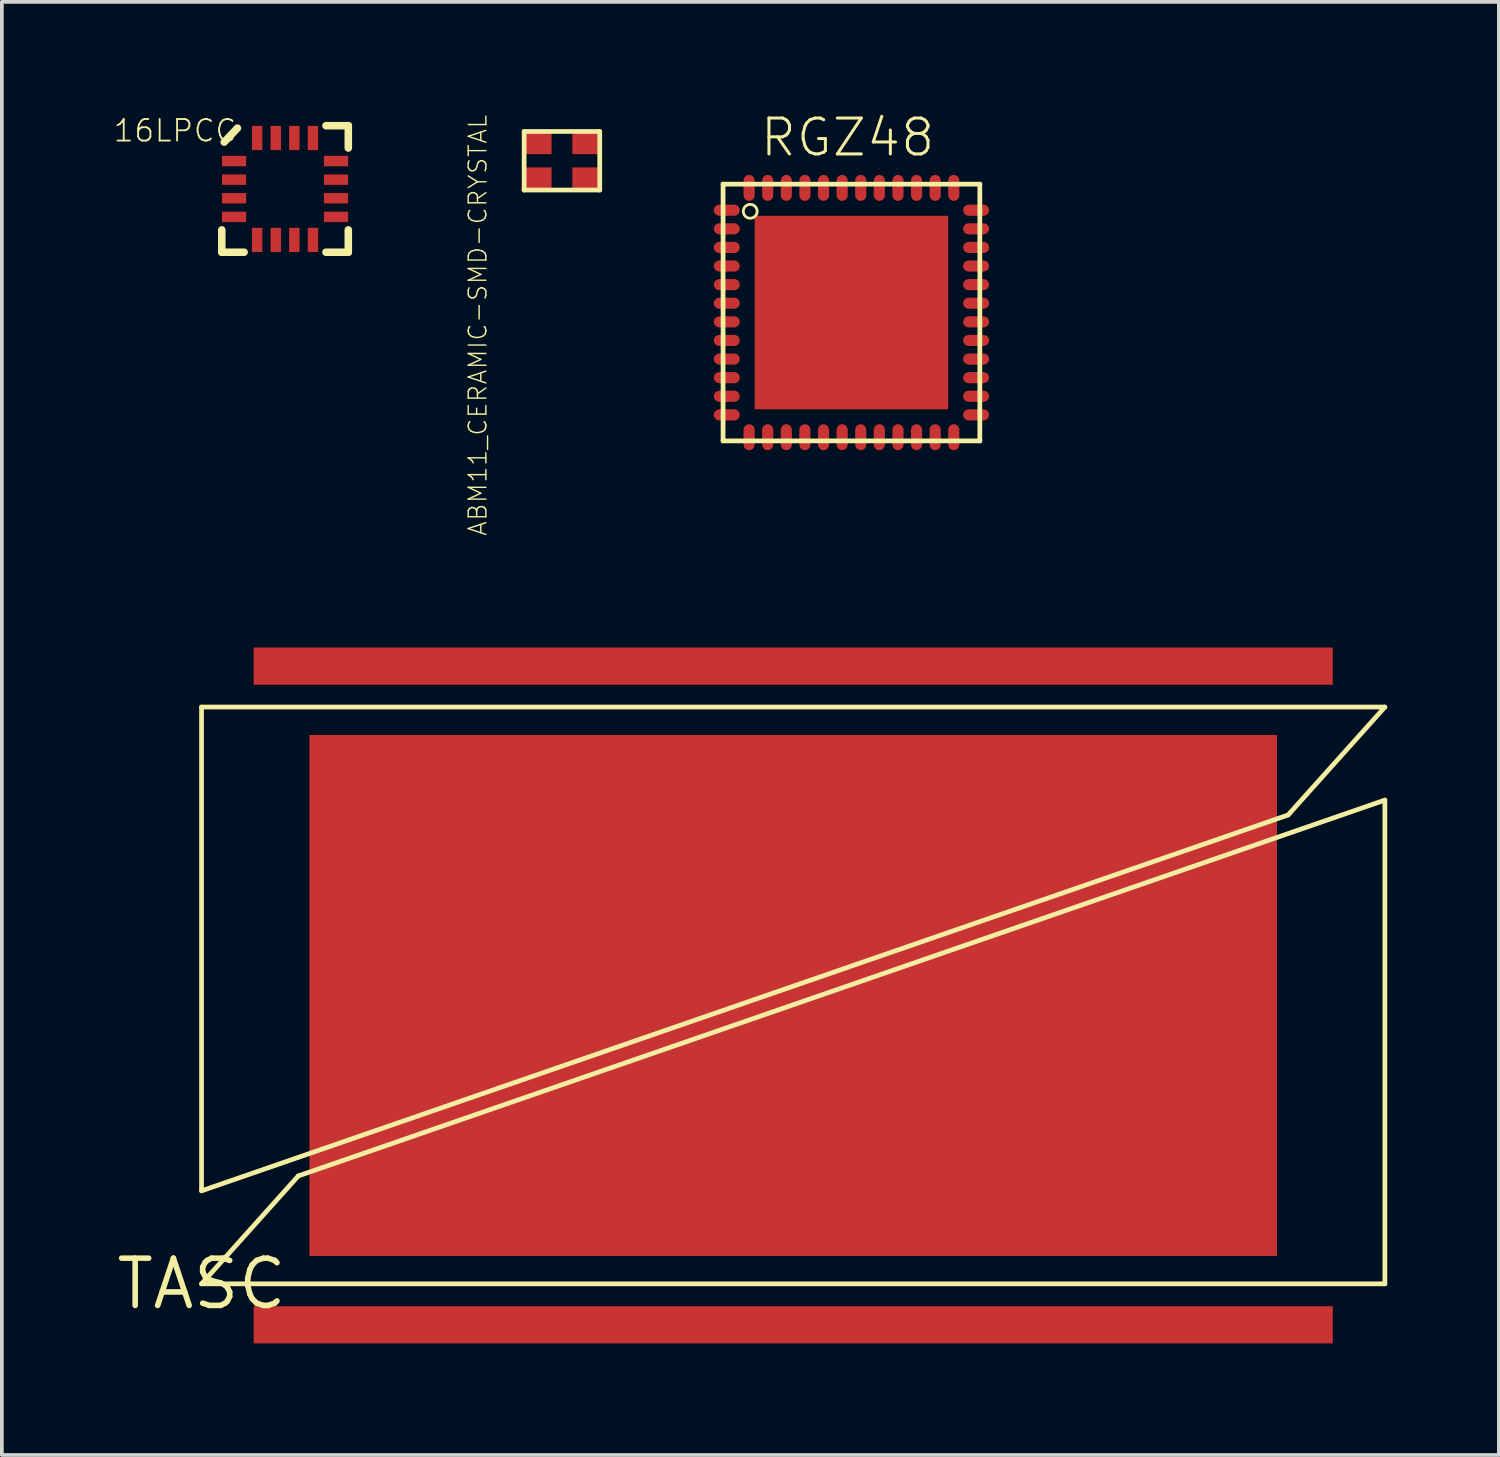
<source format=kicad_pcb>
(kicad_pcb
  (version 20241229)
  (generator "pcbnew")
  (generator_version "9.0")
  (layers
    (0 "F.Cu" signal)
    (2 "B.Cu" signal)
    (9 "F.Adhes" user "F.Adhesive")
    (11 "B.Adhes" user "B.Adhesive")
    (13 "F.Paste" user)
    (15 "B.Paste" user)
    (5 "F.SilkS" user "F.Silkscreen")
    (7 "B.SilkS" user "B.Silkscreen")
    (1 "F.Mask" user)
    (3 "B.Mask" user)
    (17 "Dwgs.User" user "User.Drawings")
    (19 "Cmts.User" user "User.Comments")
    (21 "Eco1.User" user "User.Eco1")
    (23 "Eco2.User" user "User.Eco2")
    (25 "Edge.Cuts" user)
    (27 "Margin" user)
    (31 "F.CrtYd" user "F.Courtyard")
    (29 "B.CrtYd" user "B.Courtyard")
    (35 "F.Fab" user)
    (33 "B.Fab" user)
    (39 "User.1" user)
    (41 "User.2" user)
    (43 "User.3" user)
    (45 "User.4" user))
  (footprint "RGZ48"
    (layer "F.Cu")
    (at 19.831 5.349)
    (property "Reference" "RGZ48" (at -2.5 -4.14 0) (layer "F.SilkS") (effects (font (size 0.965 0.965) (thickness 0.081)) (justify left bottom)))
    (attr through_hole)
    (fp_line (start -3.45 -3.45) (end -3.45 3.45) (stroke (width 0.127) (type solid)) (layer "F.SilkS"))
    (fp_line (start -3.45 -3.45) (end 3.45 -3.45) (stroke (width 0.127) (type solid)) (layer "F.SilkS"))
    (fp_line (start -3.45 3.45) (end 3.45 3.45) (stroke (width 0.127) (type solid)) (layer "F.SilkS"))
    (fp_line (start 3.45 3.45) (end 3.45 -3.45) (stroke (width 0.127) (type solid)) (layer "F.SilkS"))
    (fp_circle (center -2.72 -2.72) (end -2.534 -2.72) (stroke (width 0.075) (type solid)) (fill no) (layer "F.SilkS"))
    (pad "1" smd roundrect (at -3.35 -2.75 90) (size 0.3 0.7) (layers "F.Cu" "F.Mask" "F.Paste") (roundrect_rratio 0.5))
    (pad "2" smd roundrect (at -3.35 -2.25 90) (size 0.3 0.7) (layers "F.Cu" "F.Mask" "F.Paste") (roundrect_rratio 0.5))
    (pad "3" smd roundrect (at -3.35 -1.75 90) (size 0.3 0.7) (layers "F.Cu" "F.Mask" "F.Paste") (roundrect_rratio 0.5))
    (pad "4" smd roundrect (at -3.35 -1.25 90) (size 0.3 0.7) (layers "F.Cu" "F.Mask" "F.Paste") (roundrect_rratio 0.5))
    (pad "5" smd roundrect (at -3.35 -0.75 90) (size 0.3 0.7) (layers "F.Cu" "F.Mask" "F.Paste") (roundrect_rratio 0.5))
    (pad "6" smd roundrect (at -3.35 -0.25 90) (size 0.3 0.7) (layers "F.Cu" "F.Mask" "F.Paste") (roundrect_rratio 0.5))
    (pad "7" smd roundrect (at -3.35 0.25 90) (size 0.3 0.7) (layers "F.Cu" "F.Mask" "F.Paste") (roundrect_rratio 0.5))
    (pad "8" smd roundrect (at -3.35 0.75 90) (size 0.3 0.7) (layers "F.Cu" "F.Mask" "F.Paste") (roundrect_rratio 0.5))
    (pad "9" smd roundrect (at -3.35 1.25 90) (size 0.3 0.7) (layers "F.Cu" "F.Mask" "F.Paste") (roundrect_rratio 0.5))
    (pad "10" smd roundrect (at -3.35 1.75 90) (size 0.3 0.7) (layers "F.Cu" "F.Mask" "F.Paste") (roundrect_rratio 0.5))
    (pad "11" smd roundrect (at -3.35 2.25 90) (size 0.3 0.7) (layers "F.Cu" "F.Mask" "F.Paste") (roundrect_rratio 0.5))
    (pad "12" smd roundrect (at -3.35 2.75 90) (size 0.3 0.7) (layers "F.Cu" "F.Mask" "F.Paste") (roundrect_rratio 0.5))
    (pad "13" smd roundrect (at -2.75 3.35 180) (size 0.3 0.7) (layers "F.Cu" "F.Mask" "F.Paste") (roundrect_rratio 0.5))
    (pad "14" smd roundrect (at -2.25 3.35 180) (size 0.3 0.7) (layers "F.Cu" "F.Mask" "F.Paste") (roundrect_rratio 0.5))
    (pad "15" smd roundrect (at -1.75 3.35 180) (size 0.3 0.7) (layers "F.Cu" "F.Mask" "F.Paste") (roundrect_rratio 0.5))
    (pad "16" smd roundrect (at -1.25 3.35 180) (size 0.3 0.7) (layers "F.Cu" "F.Mask" "F.Paste") (roundrect_rratio 0.5))
    (pad "17" smd roundrect (at -0.75 3.35 180) (size 0.3 0.7) (layers "F.Cu" "F.Mask" "F.Paste") (roundrect_rratio 0.5))
    (pad "18" smd roundrect (at -0.25 3.35 180) (size 0.3 0.7) (layers "F.Cu" "F.Mask" "F.Paste") (roundrect_rratio 0.5))
    (pad "19" smd roundrect (at 0.25 3.35 180) (size 0.3 0.7) (layers "F.Cu" "F.Mask" "F.Paste") (roundrect_rratio 0.5))
    (pad "20" smd roundrect (at 0.75 3.35 180) (size 0.3 0.7) (layers "F.Cu" "F.Mask" "F.Paste") (roundrect_rratio 0.5))
    (pad "21" smd roundrect (at 1.25 3.35 180) (size 0.3 0.7) (layers "F.Cu" "F.Mask" "F.Paste") (roundrect_rratio 0.5))
    (pad "22" smd roundrect (at 1.75 3.35 180) (size 0.3 0.7) (layers "F.Cu" "F.Mask" "F.Paste") (roundrect_rratio 0.5))
    (pad "23" smd roundrect (at 2.25 3.35 180) (size 0.3 0.7) (layers "F.Cu" "F.Mask" "F.Paste") (roundrect_rratio 0.5))
    (pad "24" smd roundrect (at 2.75 3.35 180) (size 0.3 0.7) (layers "F.Cu" "F.Mask" "F.Paste") (roundrect_rratio 0.5))
    (pad "25" smd roundrect (at 3.35 2.75 270) (size 0.3 0.7) (layers "F.Cu" "F.Mask" "F.Paste") (roundrect_rratio 0.5))
    (pad "26" smd roundrect (at 3.35 2.25 270) (size 0.3 0.7) (layers "F.Cu" "F.Mask" "F.Paste") (roundrect_rratio 0.5))
    (pad "27" smd roundrect (at 3.35 1.75 270) (size 0.3 0.7) (layers "F.Cu" "F.Mask" "F.Paste") (roundrect_rratio 0.5))
    (pad "28" smd roundrect (at 3.35 1.25 270) (size 0.3 0.7) (layers "F.Cu" "F.Mask" "F.Paste") (roundrect_rratio 0.5))
    (pad "29" smd roundrect (at 3.35 0.75 270) (size 0.3 0.7) (layers "F.Cu" "F.Mask" "F.Paste") (roundrect_rratio 0.5))
    (pad "30" smd roundrect (at 3.35 0.25 270) (size 0.3 0.7) (layers "F.Cu" "F.Mask" "F.Paste") (roundrect_rratio 0.5))
    (pad "31" smd roundrect (at 3.35 -0.25 270) (size 0.3 0.7) (layers "F.Cu" "F.Mask" "F.Paste") (roundrect_rratio 0.5))
    (pad "32" smd roundrect (at 3.35 -0.75 270) (size 0.3 0.7) (layers "F.Cu" "F.Mask" "F.Paste") (roundrect_rratio 0.5))
    (pad "33" smd roundrect (at 3.35 -1.25 270) (size 0.3 0.7) (layers "F.Cu" "F.Mask" "F.Paste") (roundrect_rratio 0.5))
    (pad "34" smd roundrect (at 3.35 -1.75 270) (size 0.3 0.7) (layers "F.Cu" "F.Mask" "F.Paste") (roundrect_rratio 0.5))
    (pad "35" smd roundrect (at 3.35 -2.25 270) (size 0.3 0.7) (layers "F.Cu" "F.Mask" "F.Paste") (roundrect_rratio 0.5))
    (pad "36" smd roundrect (at 3.35 -2.75 270) (size 0.3 0.7) (layers "F.Cu" "F.Mask" "F.Paste") (roundrect_rratio 0.5))
    (pad "37" smd roundrect (at 2.75 -3.35) (size 0.3 0.7) (layers "F.Cu" "F.Mask" "F.Paste") (roundrect_rratio 0.5))
    (pad "38" smd roundrect (at 2.25 -3.35) (size 0.3 0.7) (layers "F.Cu" "F.Mask" "F.Paste") (roundrect_rratio 0.5))
    (pad "39" smd roundrect (at 1.75 -3.35) (size 0.3 0.7) (layers "F.Cu" "F.Mask" "F.Paste") (roundrect_rratio 0.5))
    (pad "40" smd roundrect (at 1.25 -3.35) (size 0.3 0.7) (layers "F.Cu" "F.Mask" "F.Paste") (roundrect_rratio 0.5))
    (pad "41" smd roundrect (at 0.75 -3.35 180) (size 0.3 0.7) (layers "F.Cu" "F.Mask" "F.Paste") (roundrect_rratio 0.5))
    (pad "42" smd roundrect (at 0.25 -3.35 180) (size 0.3 0.7) (layers "F.Cu" "F.Mask" "F.Paste") (roundrect_rratio 0.5))
    (pad "43" smd roundrect (at -0.25 -3.35 180) (size 0.3 0.7) (layers "F.Cu" "F.Mask" "F.Paste") (roundrect_rratio 0.5))
    (pad "44" smd roundrect (at -0.75 -3.35 180) (size 0.3 0.7) (layers "F.Cu" "F.Mask" "F.Paste") (roundrect_rratio 0.5))
    (pad "45" smd roundrect (at -1.25 -3.35) (size 0.3 0.7) (layers "F.Cu" "F.Mask" "F.Paste") (roundrect_rratio 0.5))
    (pad "46" smd roundrect (at -1.75 -3.35) (size 0.3 0.7) (layers "F.Cu" "F.Mask" "F.Paste") (roundrect_rratio 0.5))
    (pad "47" smd roundrect (at -2.25 -3.35) (size 0.3 0.7) (layers "F.Cu" "F.Mask" "F.Paste") (roundrect_rratio 0.5))
    (pad "48" smd roundrect (at -2.75 -3.35) (size 0.3 0.7) (layers "F.Cu" "F.Mask" "F.Paste") (roundrect_rratio 0.5))
    (pad "TP" smd rect (at 0 0) (size 5.2 5.2) (layers "F.Cu" "F.Mask" "F.Paste")))
  (footprint "TASC"
    (layer "F.Cu")
    (at 2.366 31.451)
    (property "Reference" "TASC" (at 0 0 0) (layer "F.SilkS") (effects (font (size 1.27 1.27) (thickness 0.15))))
    (attr through_hole)
    (fp_line (start 0 -15.5) (end 0 -2.5) (stroke (width 0.127) (type solid)) (layer "F.SilkS"))
    (fp_line (start 0 -2.5) (end 29.2 -12.6) (stroke (width 0.127) (type solid)) (layer "F.SilkS"))
    (fp_line (start 0 0) (end 2.6 -2.9) (stroke (width 0.127) (type solid)) (layer "F.SilkS"))
    (fp_line (start 0 0) (end 31.8 0) (stroke (width 0.127) (type solid)) (layer "F.SilkS"))
    (fp_line (start 31.8 -15.5) (end 0 -15.5) (stroke (width 0.127) (type solid)) (layer "F.SilkS"))
    (fp_line (start 31.8 -15.5) (end 29.2 -12.6) (stroke (width 0.127) (type solid)) (layer "F.SilkS"))
    (fp_line (start 31.8 -13) (end 2.6 -2.9) (stroke (width 0.127) (type solid)) (layer "F.SilkS"))
    (fp_line (start 31.8 0) (end 31.8 -13) (stroke (width 0.127) (type solid)) (layer "F.SilkS"))
    (pad "MINUS1" smd rect (at 15.9 -16.6) (size 29 1) (layers "F.Cu" "F.Mask" "F.Paste"))
    (pad "MINUS2" smd rect (at 15.9 1.1) (size 29 1) (layers "F.Cu" "F.Mask" "F.Paste"))
    (pad "PLUS" smd rect (at 15.9 -7.75) (size 26 14) (layers "F.Cu" "F.Mask" "F.Paste")))
  (footprint "ABM11_CERAMIC-SMD-CRYSTAL"
    (layer "F.Cu")
    (at 12.051 1.27)
    (property "Reference" "ABM11_CERAMIC-SMD-CRYSTAL" (at -2.54 -1.27 270) (layer "F.SilkS") (effects (font (size 0.475 0.475) (thickness 0.038)) (justify right top)))
    (attr through_hole)
    (fp_line (start -1.016 -0.787) (end 1.016 -0.787) (stroke (width 0.127) (type solid)) (layer "F.SilkS"))
    (fp_line (start -1.016 0.787) (end -1.016 -0.787) (stroke (width 0.127) (type solid)) (layer "F.SilkS"))
    (fp_line (start 1.016 -0.787) (end 1.016 0.787) (stroke (width 0.127) (type solid)) (layer "F.SilkS"))
    (fp_line (start 1.016 0.787) (end -1.016 0.787) (stroke (width 0.127) (type solid)) (layer "F.SilkS"))
    (pad "P$1" smd rect (at 0.66 -0.508) (size 0.762 0.66) (layers "F.Cu" "F.Mask" "F.Paste"))
    (pad "P$2" smd rect (at 0.66 0.508) (size 0.762 0.66) (layers "F.Cu" "F.Mask" "F.Paste"))
    (pad "P$3" smd rect (at -0.66 0.508) (size 0.762 0.66) (layers "F.Cu" "F.Mask" "F.Paste"))
    (pad "P$4" smd rect (at -0.66 -0.508) (size 0.762 0.66) (layers "F.Cu" "F.Mask" "F.Paste")))
  (footprint "16LPCC"
    (layer "F.Cu")
    (at 4.61 2.028)
    (property "Reference" "16LPCC" (at -1.27 -1.905 0) (layer "F.SilkS") (effects (font (size 0.579 0.579) (thickness 0.049)) (justify right top)))
    (attr through_hole)
    (fp_line (start -1.7 1.7) (end -1.7 1.1) (stroke (width 0.203) (type solid)) (layer "F.SilkS"))
    (fp_line (start -1.7 1.7) (end -1.1 1.7) (stroke (width 0.203) (type solid)) (layer "F.SilkS"))
    (fp_line (start -1.28 -1.635) (end -1.635 -1.26) (stroke (width 0.203) (type solid)) (layer "F.SilkS"))
    (fp_line (start 1.1 1.7) (end 1.7 1.7) (stroke (width 0.203) (type solid)) (layer "F.SilkS"))
    (fp_line (start 1.7 -1.7) (end 1.1 -1.7) (stroke (width 0.203) (type solid)) (layer "F.SilkS"))
    (fp_line (start 1.7 -1.1) (end 1.7 -1.7) (stroke (width 0.203) (type solid)) (layer "F.SilkS"))
    (fp_line (start 1.7 1.7) (end 1.7 1.1) (stroke (width 0.203) (type solid)) (layer "F.SilkS"))
    (pad "1" smd rect (at -1.37 -0.75) (size 0.65 0.28) (layers "F.Cu" "F.Mask" "F.Paste"))
    (pad "2" smd rect (at -1.37 -0.25) (size 0.65 0.28) (layers "F.Cu" "F.Mask" "F.Paste"))
    (pad "3" smd rect (at -1.37 0.25) (size 0.65 0.28) (layers "F.Cu" "F.Mask" "F.Paste"))
    (pad "4" smd rect (at -1.37 0.75) (size 0.65 0.28) (layers "F.Cu" "F.Mask" "F.Paste"))
    (pad "5" smd rect (at -0.75 1.37 270) (size 0.65 0.28) (layers "F.Cu" "F.Mask" "F.Paste"))
    (pad "6" smd rect (at -0.25 1.37 90) (size 0.65 0.28) (layers "F.Cu" "F.Mask" "F.Paste"))
    (pad "7" smd rect (at 0.25 1.37 90) (size 0.65 0.28) (layers "F.Cu" "F.Mask" "F.Paste"))
    (pad "8" smd rect (at 0.75 1.37 90) (size 0.65 0.28) (layers "F.Cu" "F.Mask" "F.Paste"))
    (pad "9" smd rect (at 1.37 0.75) (size 0.65 0.28) (layers "F.Cu" "F.Mask" "F.Paste"))
    (pad "10" smd rect (at 1.37 0.25) (size 0.65 0.28) (layers "F.Cu" "F.Mask" "F.Paste"))
    (pad "11" smd rect (at 1.37 -0.25) (size 0.65 0.28) (layers "F.Cu" "F.Mask" "F.Paste"))
    (pad "12" smd rect (at 1.37 -0.75) (size 0.65 0.28) (layers "F.Cu" "F.Mask" "F.Paste"))
    (pad "13" smd rect (at 0.75 -1.37 90) (size 0.65 0.28) (layers "F.Cu" "F.Mask" "F.Paste"))
    (pad "14" smd rect (at 0.25 -1.37 90) (size 0.65 0.28) (layers "F.Cu" "F.Mask" "F.Paste"))
    (pad "15" smd rect (at -0.25 -1.37 90) (size 0.65 0.28) (layers "F.Cu" "F.Mask" "F.Paste"))
    (pad "16" smd rect (at -0.75 -1.37 90) (size 0.65 0.28) (layers "F.Cu" "F.Mask" "F.Paste")))
  (gr_rect
    (start -3 -3)
    (end 37.229 36.051)
    (stroke (width 0.1) (type default))
    (fill no)
    (layer "Edge.Cuts")))
</source>
